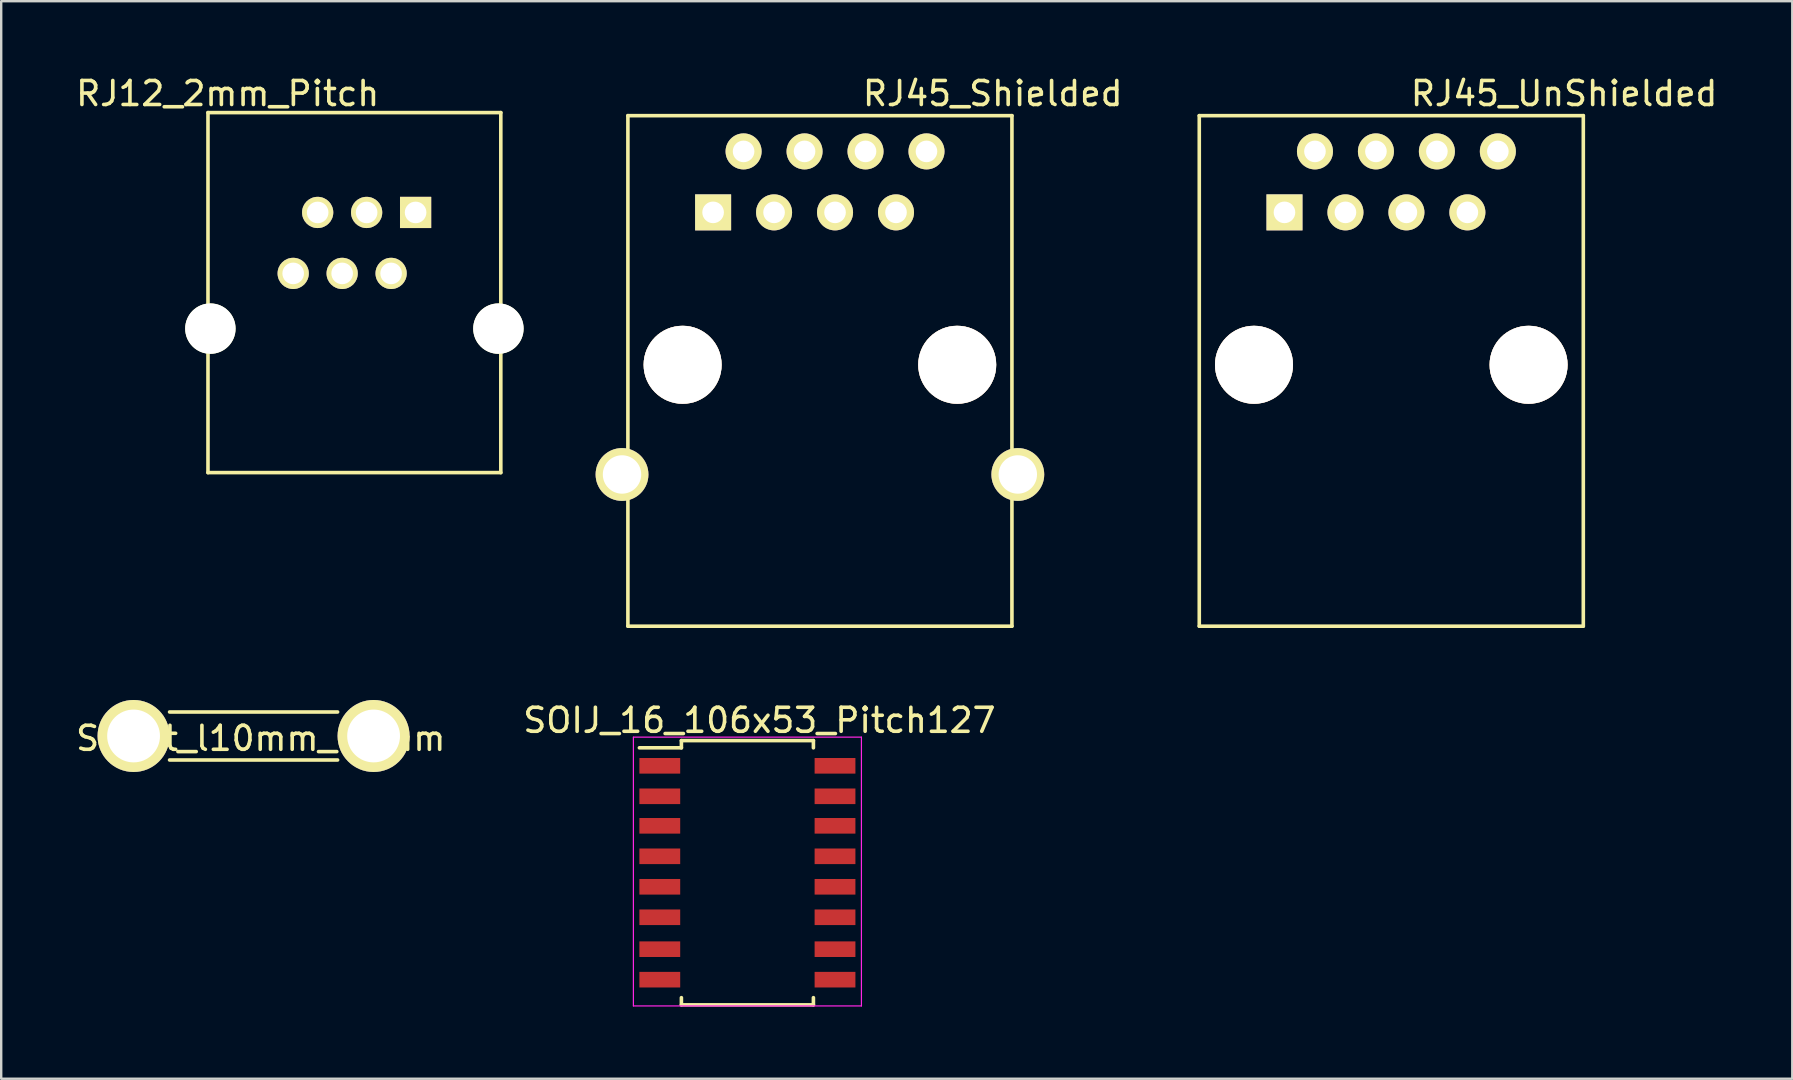
<source format=kicad_pcb>
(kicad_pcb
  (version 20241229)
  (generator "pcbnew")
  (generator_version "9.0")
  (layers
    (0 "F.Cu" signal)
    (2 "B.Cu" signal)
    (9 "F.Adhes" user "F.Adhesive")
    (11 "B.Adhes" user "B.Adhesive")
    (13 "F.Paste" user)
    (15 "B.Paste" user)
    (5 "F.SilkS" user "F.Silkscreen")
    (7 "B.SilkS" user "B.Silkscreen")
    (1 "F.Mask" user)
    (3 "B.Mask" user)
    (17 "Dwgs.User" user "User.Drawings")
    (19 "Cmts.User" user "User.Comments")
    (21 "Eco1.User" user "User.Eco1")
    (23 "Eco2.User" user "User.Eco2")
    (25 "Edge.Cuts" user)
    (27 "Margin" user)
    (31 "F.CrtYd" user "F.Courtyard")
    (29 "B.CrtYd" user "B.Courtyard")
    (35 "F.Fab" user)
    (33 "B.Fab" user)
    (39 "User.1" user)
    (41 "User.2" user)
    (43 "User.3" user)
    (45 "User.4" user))
  (footprint "RJ45_Shielded"
    (layer "F.Cu")
    (at 31.11 12.148)
    (property "Reference" "RJ45_Shielded" (at 7.2 -11.3 0) (layer "F.SilkS") (effects (font (size 1 1) (thickness 0.15))))
    (attr through_hole)
    (fp_line (start -8 -10.38) (end -8 10.89) (stroke (width 0.15) (type solid)) (layer "F.SilkS"))
    (fp_line (start -8 10.89) (end 8 10.89) (stroke (width 0.15) (type solid)) (layer "F.SilkS"))
    (fp_line (start 8 -10.38) (end -8 -10.38) (stroke (width 0.15) (type solid)) (layer "F.SilkS"))
    (fp_line (start 8 10.89) (end 8 -10.38) (stroke (width 0.15) (type solid)) (layer "F.SilkS"))
    (pad "" np_thru_hole circle (at -5.72 0) (size 3.25 3.25) (drill 3.25) (layers "*.Cu" "*.SilkS" "*.Mask"))
    (pad "" np_thru_hole circle (at 5.72 0) (size 3.25 3.25) (drill 3.25) (layers "*.Cu" "*.SilkS" "*.Mask"))
    (pad "1" thru_hole rect (at -4.45 -6.35) (size 1.5 1.5) (drill 0.9) (layers "*.Cu" "*.Mask" "F.SilkS"))
    (pad "2" thru_hole circle (at -3.18 -8.89) (size 1.5 1.5) (drill 0.9) (layers "*.Cu" "*.Mask" "F.SilkS"))
    (pad "3" thru_hole circle (at -1.91 -6.35) (size 1.5 1.5) (drill 0.9) (layers "*.Cu" "*.Mask" "F.SilkS"))
    (pad "4" thru_hole circle (at -0.64 -8.89) (size 1.5 1.5) (drill 0.9) (layers "*.Cu" "*.Mask" "F.SilkS"))
    (pad "5" thru_hole circle (at 0.63 -6.35) (size 1.5 1.5) (drill 0.9) (layers "*.Cu" "*.Mask" "F.SilkS"))
    (pad "6" thru_hole circle (at 1.9 -8.89) (size 1.5 1.5) (drill 0.9) (layers "*.Cu" "*.Mask" "F.SilkS"))
    (pad "7" thru_hole circle (at 3.17 -6.35) (size 1.5 1.5) (drill 0.9) (layers "*.Cu" "*.Mask" "F.SilkS"))
    (pad "8" thru_hole circle (at 4.44 -8.89) (size 1.5 1.5) (drill 0.9) (layers "*.Cu" "*.Mask" "F.SilkS"))
    (pad "9" thru_hole circle (at -8.245 4.57) (size 2.2 2.2) (drill 1.6) (layers "*.Cu" "*.Mask" "F.SilkS"))
    (pad "9" thru_hole circle (at 8.245 4.57) (size 2.2 2.2) (drill 1.6) (layers "*.Cu" "*.Mask" "F.SilkS")))
  (footprint "Shunt_l10mm_d2mm"
    (layer "F.Cu")
    (at 7.515 27.613)
    (property "Reference" "Shunt_l10mm_d2mm" (at 0.3 0.1 0) (layer "F.SilkS") (effects (font (size 1 1) (thickness 0.15))))
    (attr through_hole)
    (fp_line (start -3.5 -1) (end 3.5 -1) (stroke (width 0.15) (type solid)) (layer "F.SilkS"))
    (fp_line (start -3.5 1) (end 3.5 1) (stroke (width 0.15) (type solid)) (layer "F.SilkS"))
    (pad "1" thru_hole circle (at -5 0) (size 3 3) (drill 2.2) (layers "*.Cu" "*.Mask" "F.SilkS"))
    (pad "2" thru_hole circle (at 5 0) (size 3 3) (drill 2.2) (layers "*.Cu" "*.Mask" "F.SilkS")))
  (footprint "RJ12_2mm_Pitch"
    (layer "F.Cu")
    (at 11.715 10.641)
    (property "Reference" "RJ12_2mm_Pitch" (at -5.28 -9.793 180) (layer "F.SilkS") (effects (font (size 1 1) (thickness 0.15))))
    (attr through_hole)
    (fp_line (start -6.1 -9) (end -6.1 6) (stroke (width 0.15) (type solid)) (layer "F.SilkS"))
    (fp_line (start -6.1 -9) (end 6.1 -9) (stroke (width 0.15) (type solid)) (layer "F.SilkS"))
    (fp_line (start -6.1 6) (end 6.1 6) (stroke (width 0.15) (type solid)) (layer "F.SilkS"))
    (fp_line (start 6.1 -9) (end 6.1 6) (stroke (width 0.15) (type solid)) (layer "F.SilkS"))
    (pad "" np_thru_hole circle (at -6 0) (size 2.1 2.1) (drill 2.1) (layers "*.Cu" "*.Mask" "F.SilkS"))
    (pad "" np_thru_hole circle (at 6 0) (size 2.1 2.1) (drill 2.1) (layers "*.Cu" "*.Mask" "F.SilkS"))
    (pad "1" thru_hole rect (at 2.55 -4.84) (size 1.3 1.3) (drill 0.9) (layers "*.Cu" "*.Mask" "F.SilkS"))
    (pad "2" thru_hole circle (at 1.53 -2.3) (size 1.3 1.3) (drill 0.9) (layers "*.Cu" "*.Mask" "F.SilkS"))
    (pad "3" thru_hole circle (at 0.51 -4.84) (size 1.3 1.3) (drill 0.9) (layers "*.Cu" "*.Mask" "F.SilkS"))
    (pad "4" thru_hole circle (at -0.51 -2.3) (size 1.3 1.3) (drill 0.9) (layers "*.Cu" "*.Mask" "F.SilkS"))
    (pad "5" thru_hole circle (at -1.53 -4.84) (size 1.3 1.3) (drill 0.9) (layers "*.Cu" "*.Mask" "F.SilkS"))
    (pad "6" thru_hole circle (at -2.55 -2.3) (size 1.3 1.3) (drill 0.9) (layers "*.Cu" "*.Mask" "F.SilkS")))
  (footprint "SOIJ_16_106x53_Pitch127"
    (layer "F.Cu")
    (at 28.089 33.261)
    (property "Reference" "SOIJ_16_106x53_Pitch127" (at 0.5 -6.3 0) (layer "F.SilkS") (effects (font (size 1 1) (thickness 0.15))))
    (attr smd)
    (fp_line (start -2.75 -5.455) (end -2.75 -5.155) (stroke (width 0.15) (type solid)) (layer "F.SilkS"))
    (fp_line (start -2.75 -5.455) (end 2.75 -5.455) (stroke (width 0.15) (type solid)) (layer "F.SilkS"))
    (fp_line (start -2.75 -5.155) (end -4.5 -5.155) (stroke (width 0.15) (type solid)) (layer "F.SilkS"))
    (fp_line (start -2.75 5.555) (end -2.75 5.255) (stroke (width 0.15) (type solid)) (layer "F.SilkS"))
    (fp_line (start -2.75 5.555) (end 2.75 5.555) (stroke (width 0.15) (type solid)) (layer "F.SilkS"))
    (fp_line (start 2.75 -5.455) (end 2.75 -5.155) (stroke (width 0.15) (type solid)) (layer "F.SilkS"))
    (fp_line (start 2.75 5.555) (end 2.75 5.255) (stroke (width 0.15) (type solid)) (layer "F.SilkS"))
    (fp_line (start -4.75 -5.6) (end -4.75 5.6) (stroke (width 0.05) (type solid)) (layer "F.CrtYd"))
    (fp_line (start -4.75 -5.6) (end 4.75 -5.6) (stroke (width 0.05) (type solid)) (layer "F.CrtYd"))
    (fp_line (start -4.75 5.6) (end 4.75 5.6) (stroke (width 0.05) (type solid)) (layer "F.CrtYd"))
    (fp_line (start 4.75 -5.6) (end 4.75 5.6) (stroke (width 0.05) (type solid)) (layer "F.CrtYd"))
    (pad "1" smd rect (at -3.65 -4.405) (size 1.7 0.65) (layers "F.Cu" "F.Mask" "F.Paste"))
    (pad "2" smd rect (at -3.65 -3.135) (size 1.7 0.65) (layers "F.Cu" "F.Mask" "F.Paste"))
    (pad "3" smd rect (at -3.65 -1.905) (size 1.7 0.65) (layers "F.Cu" "F.Mask" "F.Paste"))
    (pad "4" smd rect (at -3.65 -0.635) (size 1.7 0.65) (layers "F.Cu" "F.Mask" "F.Paste"))
    (pad "5" smd rect (at -3.65 0.635) (size 1.7 0.65) (layers "F.Cu" "F.Mask" "F.Paste"))
    (pad "6" smd rect (at -3.65 1.905) (size 1.7 0.65) (layers "F.Cu" "F.Mask" "F.Paste"))
    (pad "7" smd rect (at -3.65 3.235) (size 1.7 0.65) (layers "F.Cu" "F.Mask" "F.Paste"))
    (pad "8" smd rect (at -3.65 4.505) (size 1.7 0.65) (layers "F.Cu" "F.Mask" "F.Paste"))
    (pad "9" smd rect (at 3.65 4.505) (size 1.7 0.65) (layers "F.Cu" "F.Mask" "F.Paste"))
    (pad "10" smd rect (at 3.65 3.235) (size 1.7 0.65) (layers "F.Cu" "F.Mask" "F.Paste"))
    (pad "11" smd rect (at 3.65 1.905) (size 1.7 0.65) (layers "F.Cu" "F.Mask" "F.Paste"))
    (pad "12" smd rect (at 3.65 0.635) (size 1.7 0.65) (layers "F.Cu" "F.Mask" "F.Paste"))
    (pad "13" smd rect (at 3.65 -0.635) (size 1.7 0.65) (layers "F.Cu" "F.Mask" "F.Paste"))
    (pad "14" smd rect (at 3.65 -1.905) (size 1.7 0.65) (layers "F.Cu" "F.Mask" "F.Paste"))
    (pad "15" smd rect (at 3.65 -3.135) (size 1.7 0.65) (layers "F.Cu" "F.Mask" "F.Paste"))
    (pad "16" smd rect (at 3.65 -4.405) (size 1.7 0.65) (layers "F.Cu" "F.Mask" "F.Paste")))
  (footprint "RJ45_UnShielded"
    (layer "F.Cu")
    (at 54.915 12.148)
    (property "Reference" "RJ45_UnShielded" (at 7.2 -11.3 0) (layer "F.SilkS") (effects (font (size 1 1) (thickness 0.15))))
    (attr through_hole)
    (fp_line (start -8 -10.38) (end -8 10.89) (stroke (width 0.15) (type solid)) (layer "F.SilkS"))
    (fp_line (start -8 10.89) (end 8 10.89) (stroke (width 0.15) (type solid)) (layer "F.SilkS"))
    (fp_line (start 8 -10.38) (end -8 -10.38) (stroke (width 0.15) (type solid)) (layer "F.SilkS"))
    (fp_line (start 8 10.89) (end 8 -10.38) (stroke (width 0.15) (type solid)) (layer "F.SilkS"))
    (pad "" np_thru_hole circle (at -5.72 0) (size 3.25 3.25) (drill 3.25) (layers "*.Cu" "*.SilkS" "*.Mask"))
    (pad "" np_thru_hole circle (at 5.72 0) (size 3.25 3.25) (drill 3.25) (layers "*.Cu" "*.SilkS" "*.Mask"))
    (pad "1" thru_hole rect (at -4.45 -6.35) (size 1.5 1.5) (drill 0.9) (layers "*.Cu" "*.Mask" "F.SilkS"))
    (pad "2" thru_hole circle (at -3.18 -8.89) (size 1.5 1.5) (drill 0.9) (layers "*.Cu" "*.Mask" "F.SilkS"))
    (pad "3" thru_hole circle (at -1.91 -6.35) (size 1.5 1.5) (drill 0.9) (layers "*.Cu" "*.Mask" "F.SilkS"))
    (pad "4" thru_hole circle (at -0.64 -8.89) (size 1.5 1.5) (drill 0.9) (layers "*.Cu" "*.Mask" "F.SilkS"))
    (pad "5" thru_hole circle (at 0.63 -6.35) (size 1.5 1.5) (drill 0.9) (layers "*.Cu" "*.Mask" "F.SilkS"))
    (pad "6" thru_hole circle (at 1.9 -8.89) (size 1.5 1.5) (drill 0.9) (layers "*.Cu" "*.Mask" "F.SilkS"))
    (pad "7" thru_hole circle (at 3.17 -6.35) (size 1.5 1.5) (drill 0.9) (layers "*.Cu" "*.Mask" "F.SilkS"))
    (pad "8" thru_hole circle (at 4.44 -8.89) (size 1.5 1.5) (drill 0.9) (layers "*.Cu" "*.Mask" "F.SilkS")))
  (gr_rect
    (start -3 -3)
    (end 71.621 41.892)
    (stroke (width 0.1) (type default))
    (fill no)
    (layer "Edge.Cuts")))
</source>
